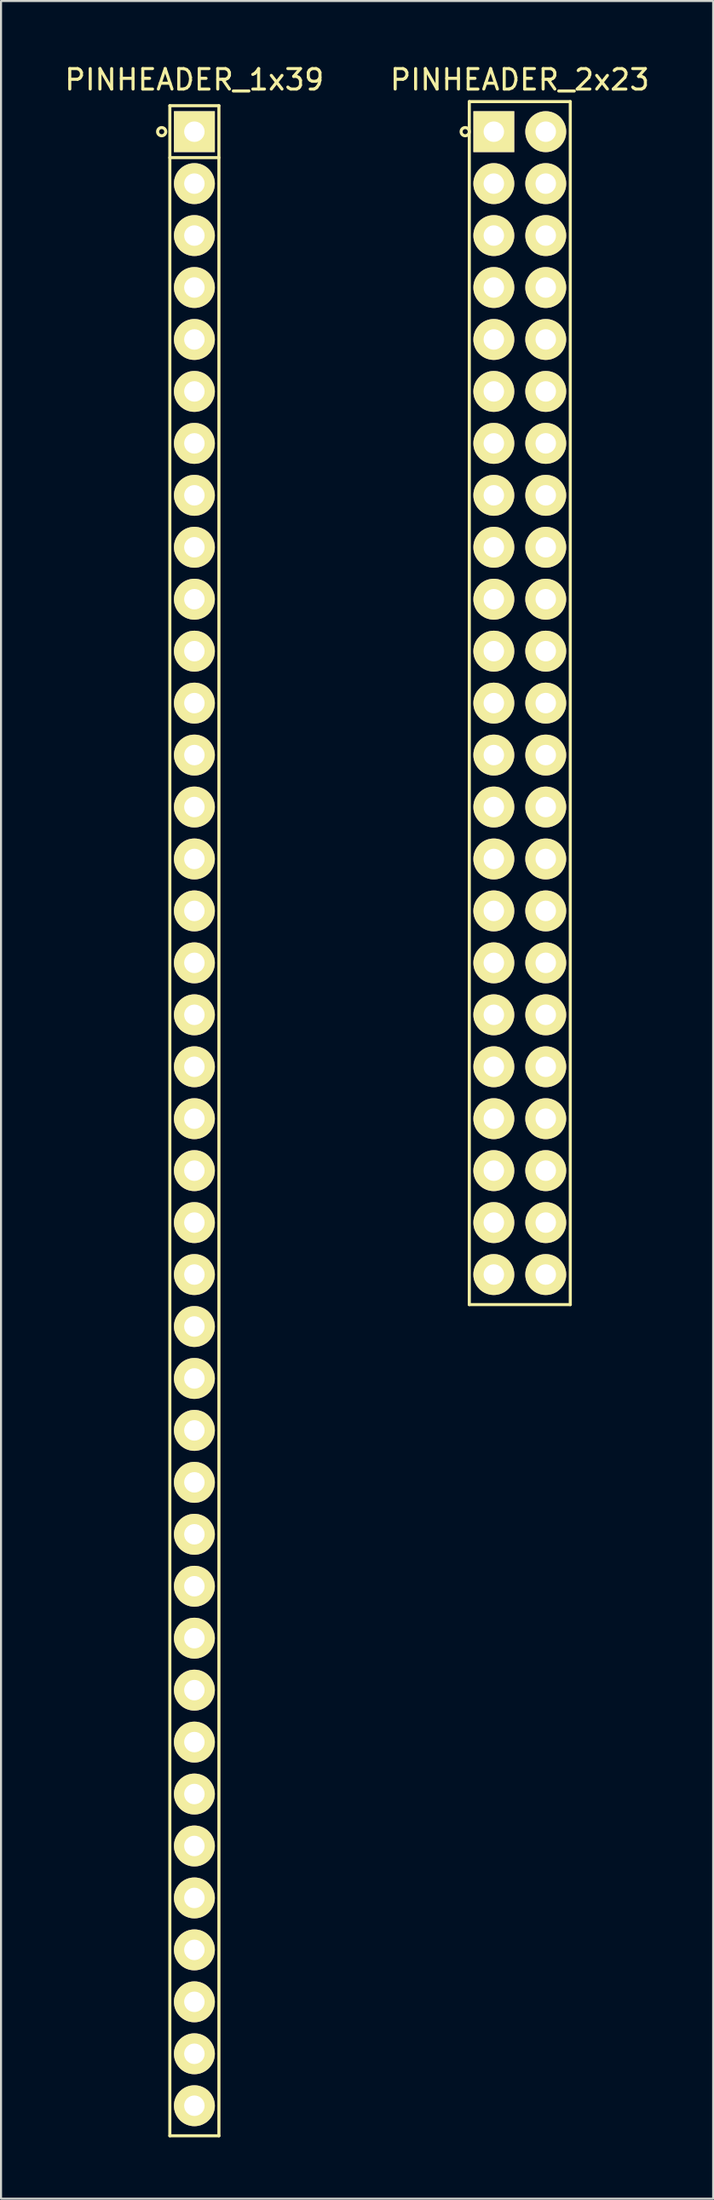
<source format=kicad_pcb>
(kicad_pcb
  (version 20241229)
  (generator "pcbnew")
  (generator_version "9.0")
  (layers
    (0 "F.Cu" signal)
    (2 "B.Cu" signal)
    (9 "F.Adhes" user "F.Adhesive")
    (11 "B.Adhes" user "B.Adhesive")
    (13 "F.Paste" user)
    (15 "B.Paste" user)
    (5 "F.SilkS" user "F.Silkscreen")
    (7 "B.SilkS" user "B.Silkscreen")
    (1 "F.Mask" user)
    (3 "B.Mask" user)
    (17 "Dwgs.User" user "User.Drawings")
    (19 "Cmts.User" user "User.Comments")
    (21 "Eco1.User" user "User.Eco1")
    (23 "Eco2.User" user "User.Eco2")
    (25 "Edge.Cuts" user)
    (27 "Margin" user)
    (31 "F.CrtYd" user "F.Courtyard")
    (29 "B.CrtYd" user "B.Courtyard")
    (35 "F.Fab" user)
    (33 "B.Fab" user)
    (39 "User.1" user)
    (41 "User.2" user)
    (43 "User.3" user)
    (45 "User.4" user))
  (footprint "PINHEADER_1x39"
    (layer "F.Cu")
    (at 6.458 3.388)
    (property "Reference" "PINHEADER_1x39" (at 0 -2.54 0) (layer "F.SilkS") (effects (font (size 1 1) (thickness 0.15))))
    (attr through_hole)
    (fp_line (start -1.2 -1.27) (end 1.2 -1.27) (stroke (width 0.15) (type solid)) (layer "F.SilkS"))
    (fp_line (start -1.2 1.27) (end 1.2 1.27) (stroke (width 0.15) (type solid)) (layer "F.SilkS"))
    (fp_line (start -1.2 97.99) (end -1.2 -1.27) (stroke (width 0.15) (type solid)) (layer "F.SilkS"))
    (fp_line (start 1.2 -1.27) (end 1.2 97.99) (stroke (width 0.15) (type solid)) (layer "F.SilkS"))
    (fp_line (start 1.2 97.99) (end -1.2 97.99) (stroke (width 0.15) (type solid)) (layer "F.SilkS"))
    (fp_circle (center -1.6 0) (end -1.6 0.2) (stroke (width 0.15) (type solid)) (fill no) (layer "F.SilkS"))
    (pad "1" thru_hole rect (at 0 0) (size 2 2) (drill 1) (layers "*.Cu" "*.Mask" "F.SilkS"))
    (pad "2" thru_hole circle (at 0 2.54) (size 2 2) (drill 1) (layers "*.Cu" "*.Mask" "F.SilkS"))
    (pad "3" thru_hole circle (at 0 5.08) (size 2 2) (drill 1) (layers "*.Cu" "*.Mask" "F.SilkS"))
    (pad "4" thru_hole circle (at 0 7.62) (size 2 2) (drill 1) (layers "*.Cu" "*.Mask" "F.SilkS"))
    (pad "5" thru_hole circle (at 0 10.16) (size 2 2) (drill 1) (layers "*.Cu" "*.Mask" "F.SilkS"))
    (pad "6" thru_hole circle (at 0 12.7) (size 2 2) (drill 1) (layers "*.Cu" "*.Mask" "F.SilkS"))
    (pad "7" thru_hole circle (at 0 15.24) (size 2 2) (drill 1) (layers "*.Cu" "*.Mask" "F.SilkS"))
    (pad "8" thru_hole circle (at 0 17.78) (size 2 2) (drill 1) (layers "*.Cu" "*.Mask" "F.SilkS"))
    (pad "9" thru_hole circle (at 0 20.32) (size 2 2) (drill 1) (layers "*.Cu" "*.Mask" "F.SilkS"))
    (pad "10" thru_hole circle (at 0 22.86) (size 2 2) (drill 1) (layers "*.Cu" "*.Mask" "F.SilkS"))
    (pad "11" thru_hole circle (at 0 25.4) (size 2 2) (drill 1) (layers "*.Cu" "*.Mask" "F.SilkS"))
    (pad "12" thru_hole circle (at 0 27.94) (size 2 2) (drill 1) (layers "*.Cu" "*.Mask" "F.SilkS"))
    (pad "13" thru_hole circle (at 0 30.48) (size 2 2) (drill 1) (layers "*.Cu" "*.Mask" "F.SilkS"))
    (pad "14" thru_hole circle (at 0 33.02) (size 2 2) (drill 1) (layers "*.Cu" "*.Mask" "F.SilkS"))
    (pad "15" thru_hole circle (at 0 35.56) (size 2 2) (drill 1) (layers "*.Cu" "*.Mask" "F.SilkS"))
    (pad "16" thru_hole circle (at 0 38.1) (size 2 2) (drill 1) (layers "*.Cu" "*.Mask" "F.SilkS"))
    (pad "17" thru_hole circle (at 0 40.64) (size 2 2) (drill 1) (layers "*.Cu" "*.Mask" "F.SilkS"))
    (pad "18" thru_hole circle (at 0 43.18) (size 2 2) (drill 1) (layers "*.Cu" "*.Mask" "F.SilkS"))
    (pad "19" thru_hole circle (at 0 45.72) (size 2 2) (drill 1) (layers "*.Cu" "*.Mask" "F.SilkS"))
    (pad "20" thru_hole circle (at 0 48.26) (size 2 2) (drill 1) (layers "*.Cu" "*.Mask" "F.SilkS"))
    (pad "21" thru_hole circle (at 0 50.8) (size 2 2) (drill 1) (layers "*.Cu" "*.Mask" "F.SilkS"))
    (pad "22" thru_hole circle (at 0 53.34) (size 2 2) (drill 1) (layers "*.Cu" "*.Mask" "F.SilkS"))
    (pad "23" thru_hole circle (at 0 55.88) (size 2 2) (drill 1) (layers "*.Cu" "*.Mask" "F.SilkS"))
    (pad "24" thru_hole circle (at 0 58.42) (size 2 2) (drill 1) (layers "*.Cu" "*.Mask" "F.SilkS"))
    (pad "25" thru_hole circle (at 0 60.96) (size 2 2) (drill 1) (layers "*.Cu" "*.Mask" "F.SilkS"))
    (pad "26" thru_hole circle (at 0 63.5) (size 2 2) (drill 1) (layers "*.Cu" "*.Mask" "F.SilkS"))
    (pad "27" thru_hole circle (at 0 66.04) (size 2 2) (drill 1) (layers "*.Cu" "*.Mask" "F.SilkS"))
    (pad "28" thru_hole circle (at 0 68.58) (size 2 2) (drill 1) (layers "*.Cu" "*.Mask" "F.SilkS"))
    (pad "29" thru_hole circle (at 0 71.12) (size 2 2) (drill 1) (layers "*.Cu" "*.Mask" "F.SilkS"))
    (pad "30" thru_hole circle (at 0 73.66) (size 2 2) (drill 1) (layers "*.Cu" "*.Mask" "F.SilkS"))
    (pad "31" thru_hole circle (at 0 76.2) (size 2 2) (drill 1) (layers "*.Cu" "*.Mask" "F.SilkS"))
    (pad "32" thru_hole circle (at 0 78.74) (size 2 2) (drill 1) (layers "*.Cu" "*.Mask" "F.SilkS"))
    (pad "33" thru_hole circle (at 0 81.28) (size 2 2) (drill 1) (layers "*.Cu" "*.Mask" "F.SilkS"))
    (pad "34" thru_hole circle (at 0 83.82) (size 2 2) (drill 1) (layers "*.Cu" "*.Mask" "F.SilkS"))
    (pad "35" thru_hole circle (at 0 86.36) (size 2 2) (drill 1) (layers "*.Cu" "*.Mask" "F.SilkS"))
    (pad "36" thru_hole circle (at 0 88.9) (size 2 2) (drill 1) (layers "*.Cu" "*.Mask" "F.SilkS"))
    (pad "37" thru_hole circle (at 0 91.44) (size 2 2) (drill 1) (layers "*.Cu" "*.Mask" "F.SilkS"))
    (pad "38" thru_hole circle (at 0 93.98) (size 2 2) (drill 1) (layers "*.Cu" "*.Mask" "F.SilkS"))
    (pad "39" thru_hole circle (at 0 96.52) (size 2 2) (drill 1) (layers "*.Cu" "*.Mask" "F.SilkS")))
  (footprint "PINHEADER_2x23"
    (layer "F.Cu")
    (at 21.105 3.388)
    (property "Reference" "PINHEADER_2x23" (at 1.27 -2.54 0) (layer "F.SilkS") (effects (font (size 1 1) (thickness 0.15))))
    (attr through_hole)
    (fp_line (start -1.2 -1.47) (end 3.74 -1.47) (stroke (width 0.15) (type solid)) (layer "F.SilkS"))
    (fp_line (start -1.2 57.35) (end -1.2 -1.47) (stroke (width 0.15) (type solid)) (layer "F.SilkS"))
    (fp_line (start 3.74 -1.47) (end 3.74 57.35) (stroke (width 0.15) (type solid)) (layer "F.SilkS"))
    (fp_line (start 3.74 57.35) (end -1.2 57.35) (stroke (width 0.15) (type solid)) (layer "F.SilkS"))
    (fp_circle (center -1.4 0) (end -1.4 0.2) (stroke (width 0.15) (type solid)) (fill no) (layer "F.SilkS"))
    (pad "1" thru_hole rect (at 0 0) (size 2 2) (drill 1) (layers "*.Cu" "*.Mask" "F.SilkS"))
    (pad "2" thru_hole circle (at 0 2.54) (size 2 2) (drill 1) (layers "*.Cu" "*.Mask" "F.SilkS"))
    (pad "3" thru_hole circle (at 0 5.08) (size 2 2) (drill 1) (layers "*.Cu" "*.Mask" "F.SilkS"))
    (pad "4" thru_hole circle (at 0 7.62) (size 2 2) (drill 1) (layers "*.Cu" "*.Mask" "F.SilkS"))
    (pad "5" thru_hole circle (at 0 10.16) (size 2 2) (drill 1) (layers "*.Cu" "*.Mask" "F.SilkS"))
    (pad "6" thru_hole circle (at 0 12.7) (size 2 2) (drill 1) (layers "*.Cu" "*.Mask" "F.SilkS"))
    (pad "7" thru_hole circle (at 0 15.24) (size 2 2) (drill 1) (layers "*.Cu" "*.Mask" "F.SilkS"))
    (pad "8" thru_hole circle (at 0 17.78) (size 2 2) (drill 1) (layers "*.Cu" "*.Mask" "F.SilkS"))
    (pad "9" thru_hole circle (at 0 20.32) (size 2 2) (drill 1) (layers "*.Cu" "*.Mask" "F.SilkS"))
    (pad "10" thru_hole circle (at 0 22.86) (size 2 2) (drill 1) (layers "*.Cu" "*.Mask" "F.SilkS"))
    (pad "11" thru_hole circle (at 0 25.4) (size 2 2) (drill 1) (layers "*.Cu" "*.Mask" "F.SilkS"))
    (pad "12" thru_hole circle (at 0 27.94) (size 2 2) (drill 1) (layers "*.Cu" "*.Mask" "F.SilkS"))
    (pad "13" thru_hole circle (at 0 30.48) (size 2 2) (drill 1) (layers "*.Cu" "*.Mask" "F.SilkS"))
    (pad "14" thru_hole circle (at 0 33.02) (size 2 2) (drill 1) (layers "*.Cu" "*.Mask" "F.SilkS"))
    (pad "15" thru_hole circle (at 0 35.56) (size 2 2) (drill 1) (layers "*.Cu" "*.Mask" "F.SilkS"))
    (pad "16" thru_hole circle (at 0 38.1) (size 2 2) (drill 1) (layers "*.Cu" "*.Mask" "F.SilkS"))
    (pad "17" thru_hole circle (at 0 40.64) (size 2 2) (drill 1) (layers "*.Cu" "*.Mask" "F.SilkS"))
    (pad "18" thru_hole circle (at 0 43.18) (size 2 2) (drill 1) (layers "*.Cu" "*.Mask" "F.SilkS"))
    (pad "19" thru_hole circle (at 0 45.72) (size 2 2) (drill 1) (layers "*.Cu" "*.Mask" "F.SilkS"))
    (pad "20" thru_hole circle (at 0 48.26) (size 2 2) (drill 1) (layers "*.Cu" "*.Mask" "F.SilkS"))
    (pad "21" thru_hole circle (at 0 50.8) (size 2 2) (drill 1) (layers "*.Cu" "*.Mask" "F.SilkS"))
    (pad "22" thru_hole circle (at 0 53.34) (size 2 2) (drill 1) (layers "*.Cu" "*.Mask" "F.SilkS"))
    (pad "23" thru_hole circle (at 0 55.88) (size 2 2) (drill 1) (layers "*.Cu" "*.Mask" "F.SilkS"))
    (pad "24" thru_hole circle (at 2.54 55.88) (size 2 2) (drill 1) (layers "*.Cu" "*.Mask" "F.SilkS"))
    (pad "25" thru_hole circle (at 2.54 53.34) (size 2 2) (drill 1) (layers "*.Cu" "*.Mask" "F.SilkS"))
    (pad "26" thru_hole circle (at 2.54 50.8) (size 2 2) (drill 1) (layers "*.Cu" "*.Mask" "F.SilkS"))
    (pad "27" thru_hole circle (at 2.54 48.26) (size 2 2) (drill 1) (layers "*.Cu" "*.Mask" "F.SilkS"))
    (pad "28" thru_hole circle (at 2.54 45.72) (size 2 2) (drill 1) (layers "*.Cu" "*.Mask" "F.SilkS"))
    (pad "29" thru_hole circle (at 2.54 43.18) (size 2 2) (drill 1) (layers "*.Cu" "*.Mask" "F.SilkS"))
    (pad "30" thru_hole circle (at 2.54 40.64) (size 2 2) (drill 1) (layers "*.Cu" "*.Mask" "F.SilkS"))
    (pad "31" thru_hole circle (at 2.54 38.1) (size 2 2) (drill 1) (layers "*.Cu" "*.Mask" "F.SilkS"))
    (pad "32" thru_hole circle (at 2.54 35.56) (size 2 2) (drill 1) (layers "*.Cu" "*.Mask" "F.SilkS"))
    (pad "33" thru_hole circle (at 2.54 33.02) (size 2 2) (drill 1) (layers "*.Cu" "*.Mask" "F.SilkS"))
    (pad "34" thru_hole circle (at 2.54 30.48) (size 2 2) (drill 1) (layers "*.Cu" "*.Mask" "F.SilkS"))
    (pad "35" thru_hole circle (at 2.54 27.94) (size 2 2) (drill 1) (layers "*.Cu" "*.Mask" "F.SilkS"))
    (pad "36" thru_hole circle (at 2.54 25.4) (size 2 2) (drill 1) (layers "*.Cu" "*.Mask" "F.SilkS"))
    (pad "37" thru_hole circle (at 2.54 22.86) (size 2 2) (drill 1) (layers "*.Cu" "*.Mask" "F.SilkS"))
    (pad "38" thru_hole circle (at 2.54 20.32) (size 2 2) (drill 1) (layers "*.Cu" "*.Mask" "F.SilkS"))
    (pad "39" thru_hole circle (at 2.54 17.78) (size 2 2) (drill 1) (layers "*.Cu" "*.Mask" "F.SilkS"))
    (pad "40" thru_hole circle (at 2.54 15.24) (size 2 2) (drill 1) (layers "*.Cu" "*.Mask" "F.SilkS"))
    (pad "41" thru_hole circle (at 2.54 12.7) (size 2 2) (drill 1) (layers "*.Cu" "*.Mask" "F.SilkS"))
    (pad "42" thru_hole circle (at 2.54 10.16) (size 2 2) (drill 1) (layers "*.Cu" "*.Mask" "F.SilkS"))
    (pad "43" thru_hole circle (at 2.54 7.62) (size 2 2) (drill 1) (layers "*.Cu" "*.Mask" "F.SilkS"))
    (pad "44" thru_hole circle (at 2.54 5.08) (size 2 2) (drill 1) (layers "*.Cu" "*.Mask" "F.SilkS"))
    (pad "45" thru_hole circle (at 2.54 2.54) (size 2 2) (drill 1) (layers "*.Cu" "*.Mask" "F.SilkS"))
    (pad "46" thru_hole circle (at 2.54 0) (size 2 2) (drill 1) (layers "*.Cu" "*.Mask" "F.SilkS")))
  (gr_rect
    (start -3 -3)
    (end 31.833 104.453)
    (stroke (width 0.1) (type default))
    (fill no)
    (layer "Edge.Cuts")))
</source>
